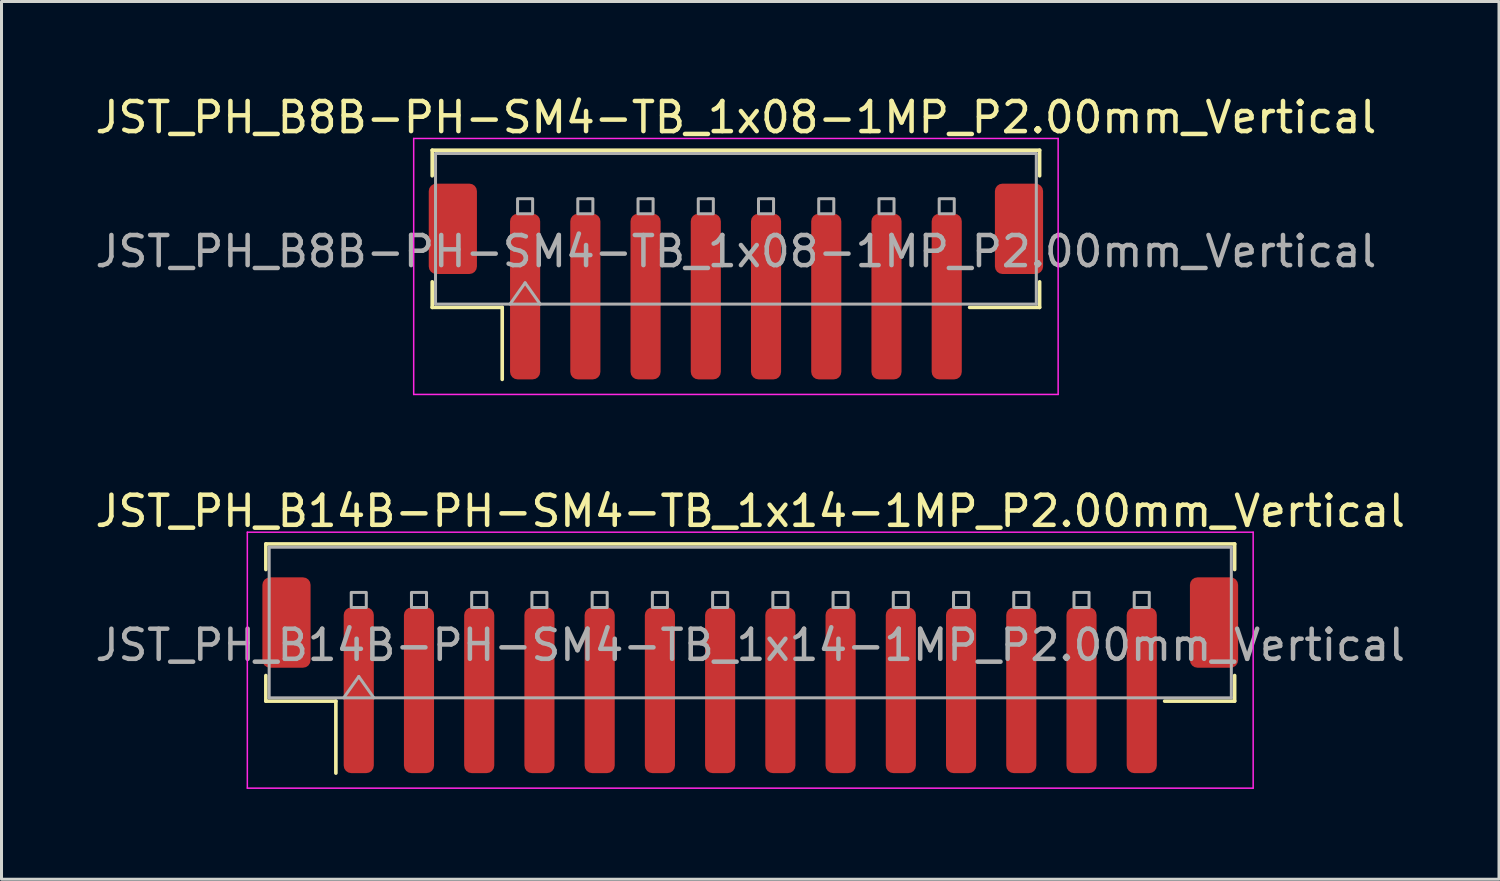
<source format=kicad_pcb>
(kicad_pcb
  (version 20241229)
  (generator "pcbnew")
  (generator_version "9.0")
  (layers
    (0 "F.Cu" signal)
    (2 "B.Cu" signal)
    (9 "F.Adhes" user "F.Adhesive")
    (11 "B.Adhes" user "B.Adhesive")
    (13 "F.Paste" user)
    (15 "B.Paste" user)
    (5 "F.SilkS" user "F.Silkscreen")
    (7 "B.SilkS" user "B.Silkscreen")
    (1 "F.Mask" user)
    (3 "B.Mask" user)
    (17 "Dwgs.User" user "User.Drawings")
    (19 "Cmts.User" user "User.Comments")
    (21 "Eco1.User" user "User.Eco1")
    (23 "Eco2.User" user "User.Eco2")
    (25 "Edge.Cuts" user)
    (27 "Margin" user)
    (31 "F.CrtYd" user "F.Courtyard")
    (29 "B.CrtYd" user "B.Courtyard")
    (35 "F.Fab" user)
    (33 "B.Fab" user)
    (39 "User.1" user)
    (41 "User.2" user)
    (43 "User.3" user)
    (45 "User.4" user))
  (footprint "JST_PH_B14B-PH-SM4-TB_1x14-1MP_P2.00mm_Vertical"
    (layer "F.Cu")
    (at 21.863 19.372)
    (property "Reference" "JST_PH_B14B-PH-SM4-TB_1x14-1MP_P2.00mm_Vertical" (at 0 -5.45 0) (layer "F.SilkS") (effects (font (size 1 1) (thickness 0.15))))
    (attr smd)
    (fp_line (start -16.085 -4.36) (end 16.085 -4.36) (stroke (width 0.12) (type solid)) (layer "F.SilkS"))
    (fp_line (start -16.085 -3.51) (end -16.085 -4.36) (stroke (width 0.12) (type solid)) (layer "F.SilkS"))
    (fp_line (start -16.085 0.01) (end -16.085 0.86) (stroke (width 0.12) (type solid)) (layer "F.SilkS"))
    (fp_line (start -16.085 0.86) (end -13.76 0.86) (stroke (width 0.12) (type solid)) (layer "F.SilkS"))
    (fp_line (start -13.76 0.86) (end -13.76 3.25) (stroke (width 0.12) (type solid)) (layer "F.SilkS"))
    (fp_line (start 16.085 -4.36) (end 16.085 -3.51) (stroke (width 0.12) (type solid)) (layer "F.SilkS"))
    (fp_line (start 16.085 0.01) (end 16.085 0.86) (stroke (width 0.12) (type solid)) (layer "F.SilkS"))
    (fp_line (start 16.085 0.86) (end 13.76 0.86) (stroke (width 0.12) (type solid)) (layer "F.SilkS"))
    (fp_line (start -16.7 -4.75) (end -16.7 3.75) (stroke (width 0.05) (type solid)) (layer "F.CrtYd"))
    (fp_line (start -16.7 3.75) (end 16.7 3.75) (stroke (width 0.05) (type solid)) (layer "F.CrtYd"))
    (fp_line (start 16.7 -4.75) (end -16.7 -4.75) (stroke (width 0.05) (type solid)) (layer "F.CrtYd"))
    (fp_line (start 16.7 3.75) (end 16.7 -4.75) (stroke (width 0.05) (type solid)) (layer "F.CrtYd"))
    (fp_line (start -15.975 -4.25) (end 15.975 -4.25) (stroke (width 0.1) (type solid)) (layer "F.Fab"))
    (fp_line (start -15.975 0.75) (end -15.975 -4.25) (stroke (width 0.1) (type solid)) (layer "F.Fab"))
    (fp_line (start -15.975 0.75) (end 15.975 0.75) (stroke (width 0.1) (type solid)) (layer "F.Fab"))
    (fp_line (start -13.5 0.75) (end -13 0.043) (stroke (width 0.1) (type solid)) (layer "F.Fab"))
    (fp_line (start -13 0.043) (end -12.5 0.75) (stroke (width 0.1) (type solid)) (layer "F.Fab"))
    (fp_line (start 15.975 0.75) (end 15.975 -4.25) (stroke (width 0.1) (type solid)) (layer "F.Fab"))
    (fp_rect (start -13.25 -2.75) (end -12.75 -2.25) (stroke (width 0.1) (type solid)) (fill no) (layer "F.Fab"))
    (fp_rect (start -11.25 -2.75) (end -10.75 -2.25) (stroke (width 0.1) (type solid)) (fill no) (layer "F.Fab"))
    (fp_rect (start -9.25 -2.75) (end -8.75 -2.25) (stroke (width 0.1) (type solid)) (fill no) (layer "F.Fab"))
    (fp_rect (start -7.25 -2.75) (end -6.75 -2.25) (stroke (width 0.1) (type solid)) (fill no) (layer "F.Fab"))
    (fp_rect (start -5.25 -2.75) (end -4.75 -2.25) (stroke (width 0.1) (type solid)) (fill no) (layer "F.Fab"))
    (fp_rect (start -3.25 -2.75) (end -2.75 -2.25) (stroke (width 0.1) (type solid)) (fill no) (layer "F.Fab"))
    (fp_rect (start -1.25 -2.75) (end -0.75 -2.25) (stroke (width 0.1) (type solid)) (fill no) (layer "F.Fab"))
    (fp_rect (start 0.75 -2.75) (end 1.25 -2.25) (stroke (width 0.1) (type solid)) (fill no) (layer "F.Fab"))
    (fp_rect (start 2.75 -2.75) (end 3.25 -2.25) (stroke (width 0.1) (type solid)) (fill no) (layer "F.Fab"))
    (fp_rect (start 4.75 -2.75) (end 5.25 -2.25) (stroke (width 0.1) (type solid)) (fill no) (layer "F.Fab"))
    (fp_rect (start 6.75 -2.75) (end 7.25 -2.25) (stroke (width 0.1) (type solid)) (fill no) (layer "F.Fab"))
    (fp_rect (start 8.75 -2.75) (end 9.25 -2.25) (stroke (width 0.1) (type solid)) (fill no) (layer "F.Fab"))
    (fp_rect (start 10.75 -2.75) (end 11.25 -2.25) (stroke (width 0.1) (type solid)) (fill no) (layer "F.Fab"))
    (fp_rect (start 12.75 -2.75) (end 13.25 -2.25) (stroke (width 0.1) (type solid)) (fill no) (layer "F.Fab"))
    (fp_text user "${REFERENCE}" (at 0 -1 0) (layer "F.Fab") (effects (font (size 1 1) (thickness 0.15))))
    (pad "1" smd roundrect (at -13 0.5) (size 1 5.5) (layers "F.Cu" "F.Mask" "F.Paste") (roundrect_rratio 0.25))
    (pad "2" smd roundrect (at -11 0.5) (size 1 5.5) (layers "F.Cu" "F.Mask" "F.Paste") (roundrect_rratio 0.25))
    (pad "3" smd roundrect (at -9 0.5) (size 1 5.5) (layers "F.Cu" "F.Mask" "F.Paste") (roundrect_rratio 0.25))
    (pad "4" smd roundrect (at -7 0.5) (size 1 5.5) (layers "F.Cu" "F.Mask" "F.Paste") (roundrect_rratio 0.25))
    (pad "5" smd roundrect (at -5 0.5) (size 1 5.5) (layers "F.Cu" "F.Mask" "F.Paste") (roundrect_rratio 0.25))
    (pad "6" smd roundrect (at -3 0.5) (size 1 5.5) (layers "F.Cu" "F.Mask" "F.Paste") (roundrect_rratio 0.25))
    (pad "7" smd roundrect (at -1 0.5) (size 1 5.5) (layers "F.Cu" "F.Mask" "F.Paste") (roundrect_rratio 0.25))
    (pad "8" smd roundrect (at 1 0.5) (size 1 5.5) (layers "F.Cu" "F.Mask" "F.Paste") (roundrect_rratio 0.25))
    (pad "9" smd roundrect (at 3 0.5) (size 1 5.5) (layers "F.Cu" "F.Mask" "F.Paste") (roundrect_rratio 0.25))
    (pad "10" smd roundrect (at 5 0.5) (size 1 5.5) (layers "F.Cu" "F.Mask" "F.Paste") (roundrect_rratio 0.25))
    (pad "11" smd roundrect (at 7 0.5) (size 1 5.5) (layers "F.Cu" "F.Mask" "F.Paste") (roundrect_rratio 0.25))
    (pad "12" smd roundrect (at 9 0.5) (size 1 5.5) (layers "F.Cu" "F.Mask" "F.Paste") (roundrect_rratio 0.25))
    (pad "13" smd roundrect (at 11 0.5) (size 1 5.5) (layers "F.Cu" "F.Mask" "F.Paste") (roundrect_rratio 0.25))
    (pad "14" smd roundrect (at 13 0.5) (size 1 5.5) (layers "F.Cu" "F.Mask" "F.Paste") (roundrect_rratio 0.25))
    (pad "MP" smd roundrect (at -15.4 -1.75) (size 1.6 3) (layers "F.Cu" "F.Mask" "F.Paste") (roundrect_rratio 0.156))
    (pad "MP" smd roundrect (at 15.4 -1.75) (size 1.6 3) (layers "F.Cu" "F.Mask" "F.Paste") (roundrect_rratio 0.156)))
  (footprint "JST_PH_B8B-PH-SM4-TB_1x08-1MP_P2.00mm_Vertical"
    (layer "F.Cu")
    (at 21.387 6.298)
    (property "Reference" "JST_PH_B8B-PH-SM4-TB_1x08-1MP_P2.00mm_Vertical" (at 0 -5.45 0) (layer "F.SilkS") (effects (font (size 1 1) (thickness 0.15))))
    (attr smd)
    (fp_line (start -10.085 -4.36) (end 10.085 -4.36) (stroke (width 0.12) (type solid)) (layer "F.SilkS"))
    (fp_line (start -10.085 -3.51) (end -10.085 -4.36) (stroke (width 0.12) (type solid)) (layer "F.SilkS"))
    (fp_line (start -10.085 0.01) (end -10.085 0.86) (stroke (width 0.12) (type solid)) (layer "F.SilkS"))
    (fp_line (start -10.085 0.86) (end -7.76 0.86) (stroke (width 0.12) (type solid)) (layer "F.SilkS"))
    (fp_line (start -7.76 0.86) (end -7.76 3.25) (stroke (width 0.12) (type solid)) (layer "F.SilkS"))
    (fp_line (start 10.085 -4.36) (end 10.085 -3.51) (stroke (width 0.12) (type solid)) (layer "F.SilkS"))
    (fp_line (start 10.085 0.01) (end 10.085 0.86) (stroke (width 0.12) (type solid)) (layer "F.SilkS"))
    (fp_line (start 10.085 0.86) (end 7.76 0.86) (stroke (width 0.12) (type solid)) (layer "F.SilkS"))
    (fp_line (start -10.7 -4.75) (end -10.7 3.75) (stroke (width 0.05) (type solid)) (layer "F.CrtYd"))
    (fp_line (start -10.7 3.75) (end 10.7 3.75) (stroke (width 0.05) (type solid)) (layer "F.CrtYd"))
    (fp_line (start 10.7 -4.75) (end -10.7 -4.75) (stroke (width 0.05) (type solid)) (layer "F.CrtYd"))
    (fp_line (start 10.7 3.75) (end 10.7 -4.75) (stroke (width 0.05) (type solid)) (layer "F.CrtYd"))
    (fp_line (start -9.975 -4.25) (end 9.975 -4.25) (stroke (width 0.1) (type solid)) (layer "F.Fab"))
    (fp_line (start -9.975 0.75) (end -9.975 -4.25) (stroke (width 0.1) (type solid)) (layer "F.Fab"))
    (fp_line (start -9.975 0.75) (end 9.975 0.75) (stroke (width 0.1) (type solid)) (layer "F.Fab"))
    (fp_line (start -7.5 0.75) (end -7 0.043) (stroke (width 0.1) (type solid)) (layer "F.Fab"))
    (fp_line (start -7 0.043) (end -6.5 0.75) (stroke (width 0.1) (type solid)) (layer "F.Fab"))
    (fp_line (start 9.975 0.75) (end 9.975 -4.25) (stroke (width 0.1) (type solid)) (layer "F.Fab"))
    (fp_rect (start -7.25 -2.75) (end -6.75 -2.25) (stroke (width 0.1) (type solid)) (fill no) (layer "F.Fab"))
    (fp_rect (start -5.25 -2.75) (end -4.75 -2.25) (stroke (width 0.1) (type solid)) (fill no) (layer "F.Fab"))
    (fp_rect (start -3.25 -2.75) (end -2.75 -2.25) (stroke (width 0.1) (type solid)) (fill no) (layer "F.Fab"))
    (fp_rect (start -1.25 -2.75) (end -0.75 -2.25) (stroke (width 0.1) (type solid)) (fill no) (layer "F.Fab"))
    (fp_rect (start 0.75 -2.75) (end 1.25 -2.25) (stroke (width 0.1) (type solid)) (fill no) (layer "F.Fab"))
    (fp_rect (start 2.75 -2.75) (end 3.25 -2.25) (stroke (width 0.1) (type solid)) (fill no) (layer "F.Fab"))
    (fp_rect (start 4.75 -2.75) (end 5.25 -2.25) (stroke (width 0.1) (type solid)) (fill no) (layer "F.Fab"))
    (fp_rect (start 6.75 -2.75) (end 7.25 -2.25) (stroke (width 0.1) (type solid)) (fill no) (layer "F.Fab"))
    (fp_text user "${REFERENCE}" (at 0 -1 0) (layer "F.Fab") (effects (font (size 1 1) (thickness 0.15))))
    (pad "1" smd roundrect (at -7 0.5) (size 1 5.5) (layers "F.Cu" "F.Mask" "F.Paste") (roundrect_rratio 0.25))
    (pad "2" smd roundrect (at -5 0.5) (size 1 5.5) (layers "F.Cu" "F.Mask" "F.Paste") (roundrect_rratio 0.25))
    (pad "3" smd roundrect (at -3 0.5) (size 1 5.5) (layers "F.Cu" "F.Mask" "F.Paste") (roundrect_rratio 0.25))
    (pad "4" smd roundrect (at -1 0.5) (size 1 5.5) (layers "F.Cu" "F.Mask" "F.Paste") (roundrect_rratio 0.25))
    (pad "5" smd roundrect (at 1 0.5) (size 1 5.5) (layers "F.Cu" "F.Mask" "F.Paste") (roundrect_rratio 0.25))
    (pad "6" smd roundrect (at 3 0.5) (size 1 5.5) (layers "F.Cu" "F.Mask" "F.Paste") (roundrect_rratio 0.25))
    (pad "7" smd roundrect (at 5 0.5) (size 1 5.5) (layers "F.Cu" "F.Mask" "F.Paste") (roundrect_rratio 0.25))
    (pad "8" smd roundrect (at 7 0.5) (size 1 5.5) (layers "F.Cu" "F.Mask" "F.Paste") (roundrect_rratio 0.25))
    (pad "MP" smd roundrect (at -9.4 -1.75) (size 1.6 3) (layers "F.Cu" "F.Mask" "F.Paste") (roundrect_rratio 0.156))
    (pad "MP" smd roundrect (at 9.4 -1.75) (size 1.6 3) (layers "F.Cu" "F.Mask" "F.Paste") (roundrect_rratio 0.156)))
  (gr_rect
    (start -3 -3)
    (end 46.726 26.146)
    (stroke (width 0.1) (type default))
    (fill no)
    (layer "Edge.Cuts")))
</source>
